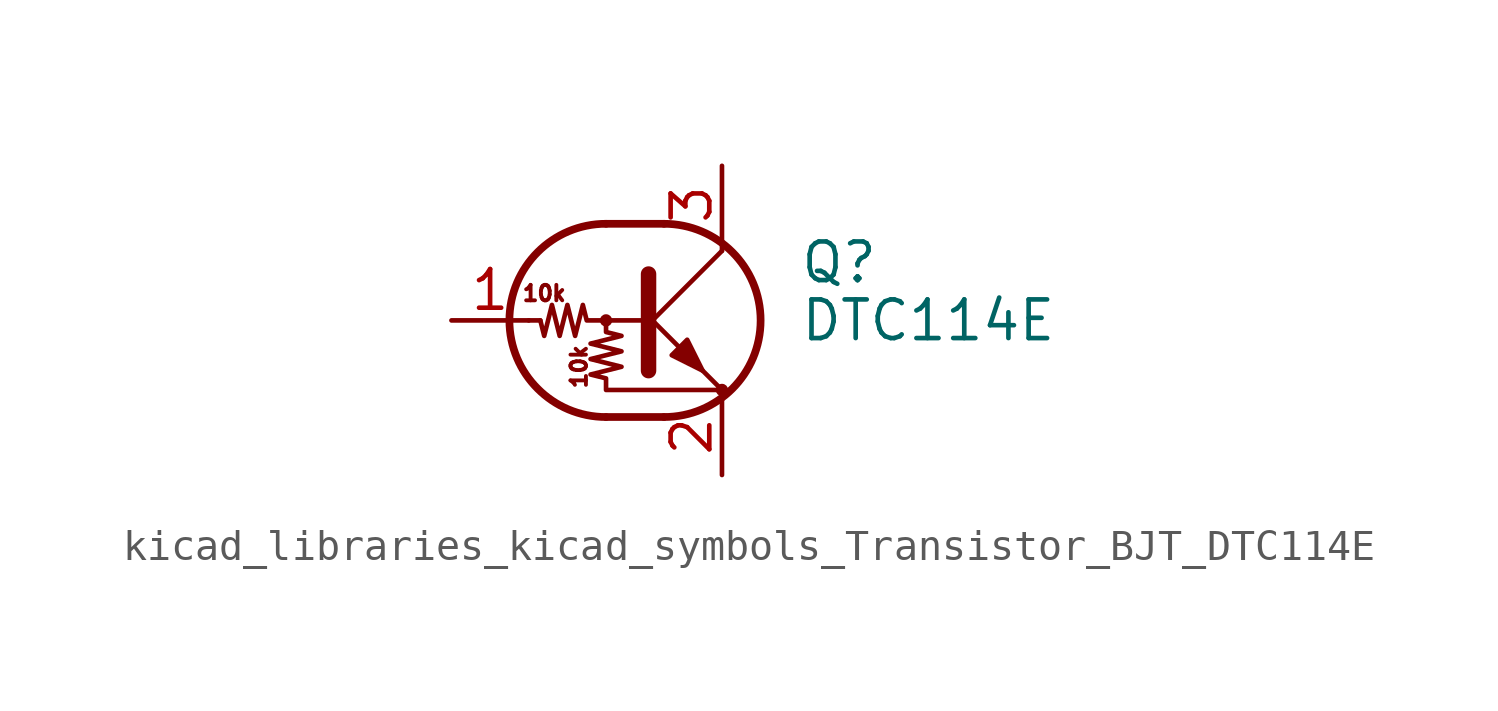
<source format=kicad_sym>
(kicad_symbol_lib
  (version 20220914)
  (generator kicad_symbol_editor)
  (symbol "kicad_libraries_kicad_symbols_Transistor_BJT_DTC114E"
    (pin_names
      (offset 0) hide)
    (property "Reference" "Q"
      (at 5.08 1.905 0)
      (effects (font (size 1.27 1.27)) (justify left)))
    (property "Value" "DTC114E"
      (at 5.08 0 0)
      (effects (font (size 1.27 1.27)) (justify left)))
    (symbol "kicad_libraries_kicad_symbols_Transistor_BJT_DTC114E_0_0"
      (text "10k" (at -3.302 0.889 0) (effects (font (size 0.508 0.508))))
      (text "10k" (at -2.159 -1.524 900) (effects (font (size 0.508 0.508)))))
    (symbol "kicad_libraries_kicad_symbols_Transistor_BJT_DTC114E_0_1"
      (circle (center -1.27 0) (radius 0.127) (stroke (width 0) (type default)) (fill (type none)))
      (arc (start -1.27 3.175) (mid -4.4312 0) (end -1.27 -3.175) (stroke (width 0.254) (type default)) (fill (type none)))
      (polyline (pts (xy -3.429 0) (xy -3.81 0)) (stroke (width 0) (type default)) (fill (type none)))
      (polyline (pts (xy -1.27 -3.175) (xy 0.635 -3.175)) (stroke (width 0.254) (type default)) (fill (type none)))
      (polyline (pts (xy -1.27 3.175) (xy 0.635 3.175)) (stroke (width 0.254) (type default)) (fill (type none)))
      (polyline (pts (xy 0 -0.254) (xy 2.54 2.286)) (stroke (width 0) (type default)) (fill (type none)))
      (polyline (pts (xy 0.127 1.524) (xy 0.127 -1.651)) (stroke (width 0.508) (type default)) (fill (type outline)))
      (polyline (pts (xy 2.54 2.286) (xy 2.54 2.54)) (stroke (width 0) (type default)) (fill (type none)))
      (polyline (pts (xy 2.54 -2.286) (xy 0 0.254) (xy 0 0.254)) (stroke (width 0) (type default)) (fill (type none)))
      (polyline (pts (xy 0.889 -1.143) (xy 1.397 -0.635) (xy 1.905 -1.651) (xy 0.889 -1.143)) (stroke (width 0) (type default)) (fill (type outline)))
      (polyline (pts (xy 0 0) (xy -1.905 0) (xy -2.032 0.508) (xy -2.286 -0.508) (xy -2.54 0.508) (xy -2.794 -0.508) (xy -3.048 0.508) (xy -3.302 -0.508) (xy -3.429 0)) (stroke (width 0) (type default)) (fill (type none)))
      (polyline (pts (xy -1.27 0) (xy -1.27 -0.381) (xy -0.762 -0.508) (xy -1.778 -0.762) (xy -0.762 -1.016) (xy -1.778 -1.27) (xy -0.762 -1.524) (xy -1.778 -1.778) (xy -1.27 -1.905) (xy -1.27 -2.286) (xy 2.54 -2.286)) (stroke (width 0) (type default)) (fill (type none)))
      (arc (start 0.635 -3.175) (mid 3.7962 0) (end 0.635 3.175) (stroke (width 0.254) (type default)) (fill (type none)))
      (circle (center 2.54 -2.286) (radius 0.127) (stroke (width 0) (type default)) (fill (type none))))
    (symbol "kicad_libraries_kicad_symbols_Transistor_BJT_DTC114E_1_1"
      (pin input line (at -6.35 0 0) (length 2.54) (name "B" (effects (font (size 1.27 1.27)))) (number "1" (effects (font (size 1.27 1.27)))))
      (pin passive line (at 2.54 -5.08 90) (length 2.54) (name "E" (effects (font (size 1.27 1.27)))) (number "2" (effects (font (size 1.27 1.27)))))
      (pin passive line (at 2.54 5.08 270) (length 2.54) (name "C" (effects (font (size 1.27 1.27)))) (number "3" (effects (font (size 1.27 1.27))))))))
</source>
